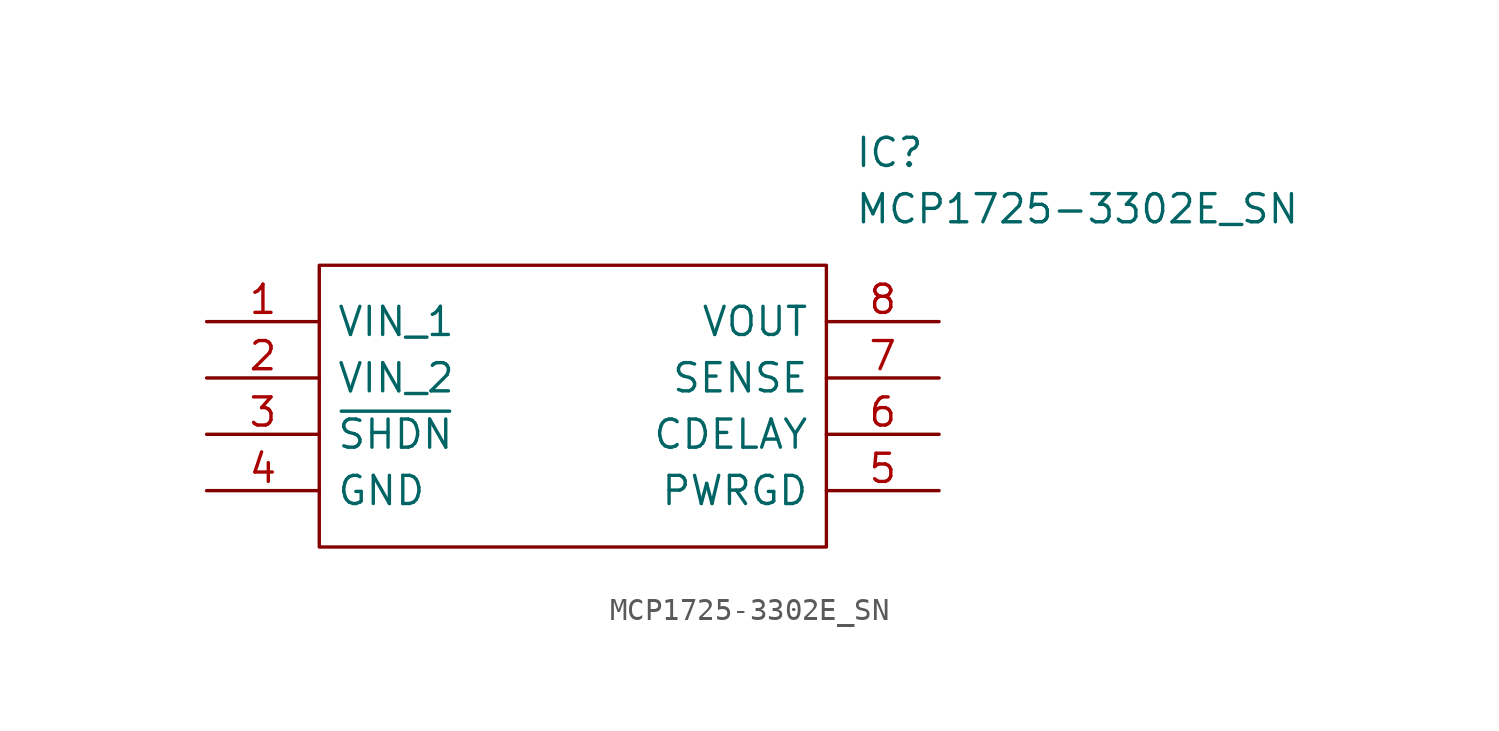
<source format=kicad_sym>
(kicad_symbol_lib
  (version 20211014)
  (generator kicad_symbol_editor)
  (symbol "MCP1725-3302E_SN"
    (pin_names
      (offset 0.762))
    (property "Reference" "IC"
      (at 29.21 7.62 0)
      (effects (font (size 1.27 1.27)) (justify left)))
    (property "Value" "MCP1725-3302E_SN"
      (at 29.21 5.08 0)
      (effects (font (size 1.27 1.27)) (justify left)))
    (symbol "MCP1725-3302E_SN_0_0"
      (pin passive line (at 0 0 0) (length 5.08) (name "VIN_1" (effects (font (size 1.27 1.27)))) (number "1" (effects (font (size 1.27 1.27)))))
      (pin passive line (at 0 -2.54 0) (length 5.08) (name "VIN_2" (effects (font (size 1.27 1.27)))) (number "2" (effects (font (size 1.27 1.27)))))
      (pin passive line (at 0 -5.08 0) (length 5.08) (name "~{SHDN}" (effects (font (size 1.27 1.27)))) (number "3" (effects (font (size 1.27 1.27)))))
      (pin passive line (at 0 -7.62 0) (length 5.08) (name "GND" (effects (font (size 1.27 1.27)))) (number "4" (effects (font (size 1.27 1.27)))))
      (pin passive line (at 33.02 -7.62 180) (length 5.08) (name "PWRGD" (effects (font (size 1.27 1.27)))) (number "5" (effects (font (size 1.27 1.27)))))
      (pin passive line (at 33.02 -5.08 180) (length 5.08) (name "CDELAY" (effects (font (size 1.27 1.27)))) (number "6" (effects (font (size 1.27 1.27)))))
      (pin passive line (at 33.02 -2.54 180) (length 5.08) (name "SENSE" (effects (font (size 1.27 1.27)))) (number "7" (effects (font (size 1.27 1.27)))))
      (pin passive line (at 33.02 0 180) (length 5.08) (name "VOUT" (effects (font (size 1.27 1.27)))) (number "8" (effects (font (size 1.27 1.27))))))
    (symbol "MCP1725-3302E_SN_0_1"
      (polyline (pts (xy 5.08 2.54) (xy 27.94 2.54) (xy 27.94 -10.16) (xy 5.08 -10.16) (xy 5.08 2.54)) (stroke (width 0.152) (type default) (color 0 0 0 0)) (fill (type none))))))
</source>
